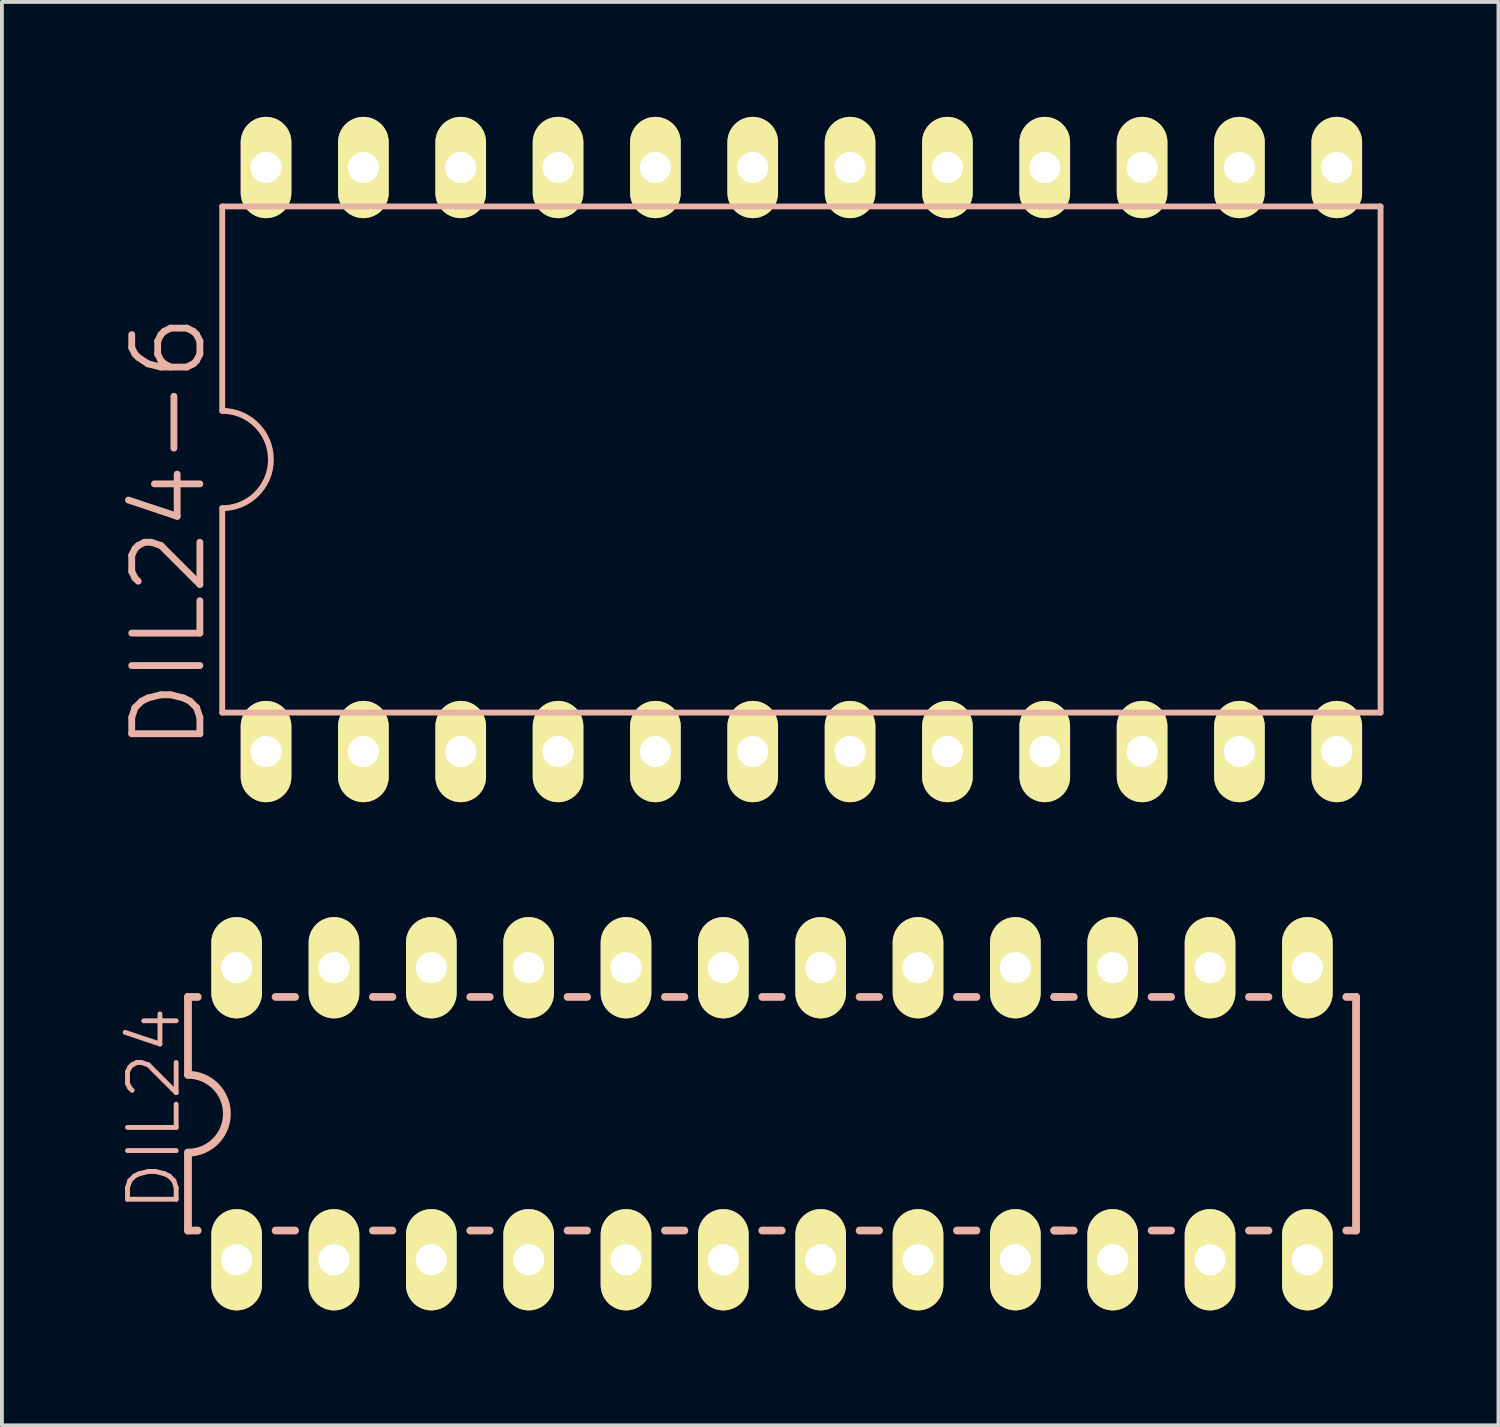
<source format=kicad_pcb>
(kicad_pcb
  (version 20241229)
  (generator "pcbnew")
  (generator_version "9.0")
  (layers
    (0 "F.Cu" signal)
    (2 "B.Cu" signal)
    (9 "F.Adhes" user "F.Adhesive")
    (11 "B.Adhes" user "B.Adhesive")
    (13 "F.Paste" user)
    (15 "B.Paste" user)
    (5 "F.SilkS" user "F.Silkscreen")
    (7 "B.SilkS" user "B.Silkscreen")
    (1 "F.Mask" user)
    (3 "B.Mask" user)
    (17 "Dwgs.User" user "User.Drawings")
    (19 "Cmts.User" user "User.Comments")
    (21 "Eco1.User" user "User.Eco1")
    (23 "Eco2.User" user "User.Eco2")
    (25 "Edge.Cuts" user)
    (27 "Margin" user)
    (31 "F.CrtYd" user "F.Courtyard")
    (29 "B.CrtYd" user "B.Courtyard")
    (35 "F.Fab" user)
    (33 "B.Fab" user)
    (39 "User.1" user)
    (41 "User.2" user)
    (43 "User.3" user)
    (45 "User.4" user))
  (footprint "DIL24-6"
    (layer "F.Cu")
    (at 17.862 8.941)
    (property "Reference" "DIL24-6" (at -16.51 1.905 90) (layer "B.SilkS") (effects (font (size 1.778 1.778) (thickness 0.178))))
    (attr exclude_from_pos_files exclude_from_bom)
    (fp_line (start -15.113 -6.604) (end -15.113 -1.27) (stroke (width 0.152) (type solid)) (layer "B.SilkS"))
    (fp_line (start -15.113 -6.604) (end 15.113 -6.604) (stroke (width 0.152) (type solid)) (layer "B.SilkS"))
    (fp_line (start -15.113 1.27) (end -15.113 6.604) (stroke (width 0.152) (type solid)) (layer "B.SilkS"))
    (fp_line (start -15.113 6.604) (end 15.113 6.604) (stroke (width 0.152) (type solid)) (layer "B.SilkS"))
    (fp_line (start 15.113 6.604) (end 15.113 -6.604) (stroke (width 0.152) (type solid)) (layer "B.SilkS"))
    (fp_arc (start -15.113 -1.27) (mid -13.843 0) (end -15.113 1.27) (stroke (width 0.1524) (type solid)) (layer "B.SilkS"))
    (pad "1" thru_hole oval (at -13.97 7.62 180) (size 1.321 2.642) (drill 0.813) (layers "*.Cu" "F.Mask" "F.SilkS" "F.Paste"))
    (pad "2" thru_hole oval (at -11.43 7.62 180) (size 1.321 2.642) (drill 0.813) (layers "*.Cu" "F.Mask" "F.SilkS" "F.Paste"))
    (pad "3" thru_hole oval (at -8.89 7.62 180) (size 1.321 2.642) (drill 0.813) (layers "*.Cu" "F.Mask" "F.SilkS" "F.Paste"))
    (pad "4" thru_hole oval (at -6.35 7.62 180) (size 1.321 2.642) (drill 0.813) (layers "*.Cu" "F.Mask" "F.SilkS" "F.Paste"))
    (pad "5" thru_hole oval (at -3.81 7.62 180) (size 1.321 2.642) (drill 0.813) (layers "*.Cu" "F.Mask" "F.SilkS" "F.Paste"))
    (pad "6" thru_hole oval (at -1.27 7.62 180) (size 1.321 2.642) (drill 0.813) (layers "*.Cu" "F.Mask" "F.SilkS" "F.Paste"))
    (pad "7" thru_hole oval (at 1.27 7.62 180) (size 1.321 2.642) (drill 0.813) (layers "*.Cu" "F.Mask" "F.SilkS" "F.Paste"))
    (pad "8" thru_hole oval (at 3.81 7.62 180) (size 1.321 2.642) (drill 0.813) (layers "*.Cu" "F.Mask" "F.SilkS" "F.Paste"))
    (pad "9" thru_hole oval (at 6.35 7.62 180) (size 1.321 2.642) (drill 0.813) (layers "*.Cu" "F.Mask" "F.SilkS" "F.Paste"))
    (pad "10" thru_hole oval (at 8.89 7.62 180) (size 1.321 2.642) (drill 0.813) (layers "*.Cu" "F.Mask" "F.SilkS" "F.Paste"))
    (pad "11" thru_hole oval (at 11.43 7.62 180) (size 1.321 2.642) (drill 0.813) (layers "*.Cu" "F.Mask" "F.SilkS" "F.Paste"))
    (pad "12" thru_hole oval (at 13.97 7.62 180) (size 1.321 2.642) (drill 0.813) (layers "*.Cu" "F.Mask" "F.SilkS" "F.Paste"))
    (pad "13" thru_hole oval (at 13.97 -7.62 180) (size 1.321 2.642) (drill 0.813) (layers "*.Cu" "F.Mask" "F.SilkS" "F.Paste"))
    (pad "14" thru_hole oval (at 11.43 -7.62 180) (size 1.321 2.642) (drill 0.813) (layers "*.Cu" "F.Mask" "F.SilkS" "F.Paste"))
    (pad "15" thru_hole oval (at 8.89 -7.62 180) (size 1.321 2.642) (drill 0.813) (layers "*.Cu" "F.Mask" "F.SilkS" "F.Paste"))
    (pad "16" thru_hole oval (at 6.35 -7.62 180) (size 1.321 2.642) (drill 0.813) (layers "*.Cu" "F.Mask" "F.SilkS" "F.Paste"))
    (pad "17" thru_hole oval (at 3.81 -7.62 180) (size 1.321 2.642) (drill 0.813) (layers "*.Cu" "F.Mask" "F.SilkS" "F.Paste"))
    (pad "18" thru_hole oval (at 1.27 -7.62 180) (size 1.321 2.642) (drill 0.813) (layers "*.Cu" "F.Mask" "F.SilkS" "F.Paste"))
    (pad "19" thru_hole oval (at -1.27 -7.62 180) (size 1.321 2.642) (drill 0.813) (layers "*.Cu" "F.Mask" "F.SilkS" "F.Paste"))
    (pad "20" thru_hole oval (at -3.81 -7.62 180) (size 1.321 2.642) (drill 0.813) (layers "*.Cu" "F.Mask" "F.SilkS" "F.Paste"))
    (pad "21" thru_hole oval (at -6.35 -7.62 180) (size 1.321 2.642) (drill 0.813) (layers "*.Cu" "F.Mask" "F.SilkS" "F.Paste"))
    (pad "22" thru_hole oval (at -8.89 -7.62 180) (size 1.321 2.642) (drill 0.813) (layers "*.Cu" "F.Mask" "F.SilkS" "F.Paste"))
    (pad "23" thru_hole oval (at -11.43 -7.62 180) (size 1.321 2.642) (drill 0.813) (layers "*.Cu" "F.Mask" "F.SilkS" "F.Paste"))
    (pad "24" thru_hole oval (at -13.97 -7.62 180) (size 1.321 2.642) (drill 0.813) (layers "*.Cu" "F.Mask" "F.SilkS" "F.Paste")))
  (footprint "DIL24"
    (layer "F.Cu")
    (at 17.095 26.012)
    (property "Reference" "DIL24" (at -16.129 -0.127 90) (layer "B.SilkS") (effects (font (size 1.27 1.27) (thickness 0.127))))
    (attr exclude_from_pos_files exclude_from_bom)
    (fp_line (start -15.24 -3.048) (end -15.24 -1.016) (stroke (width 0.203) (type solid)) (layer "B.SilkS"))
    (fp_line (start -15.24 -3.048) (end -14.986 -3.048) (stroke (width 0.203) (type solid)) (layer "B.SilkS"))
    (fp_line (start -15.24 3.048) (end -15.24 1.016) (stroke (width 0.203) (type solid)) (layer "B.SilkS"))
    (fp_line (start -15.24 3.048) (end -14.986 3.048) (stroke (width 0.203) (type solid)) (layer "B.SilkS"))
    (fp_line (start -12.954 -3.048) (end -12.446 -3.048) (stroke (width 0.203) (type solid)) (layer "B.SilkS"))
    (fp_line (start -12.954 3.048) (end -12.446 3.048) (stroke (width 0.203) (type solid)) (layer "B.SilkS"))
    (fp_line (start -10.414 -3.048) (end -9.906 -3.048) (stroke (width 0.203) (type solid)) (layer "B.SilkS"))
    (fp_line (start -10.414 3.048) (end -9.906 3.048) (stroke (width 0.203) (type solid)) (layer "B.SilkS"))
    (fp_line (start -7.874 -3.048) (end -7.366 -3.048) (stroke (width 0.203) (type solid)) (layer "B.SilkS"))
    (fp_line (start -7.874 3.048) (end -7.366 3.048) (stroke (width 0.203) (type solid)) (layer "B.SilkS"))
    (fp_line (start -5.334 -3.048) (end -4.826 -3.048) (stroke (width 0.203) (type solid)) (layer "B.SilkS"))
    (fp_line (start -5.334 3.048) (end -4.826 3.048) (stroke (width 0.203) (type solid)) (layer "B.SilkS"))
    (fp_line (start -2.794 -3.048) (end -2.286 -3.048) (stroke (width 0.203) (type solid)) (layer "B.SilkS"))
    (fp_line (start -2.794 3.048) (end -2.286 3.048) (stroke (width 0.203) (type solid)) (layer "B.SilkS"))
    (fp_line (start -0.254 -3.048) (end 0.254 -3.048) (stroke (width 0.203) (type solid)) (layer "B.SilkS"))
    (fp_line (start -0.254 3.048) (end 0.254 3.048) (stroke (width 0.203) (type solid)) (layer "B.SilkS"))
    (fp_line (start 2.286 -3.048) (end 2.794 -3.048) (stroke (width 0.203) (type solid)) (layer "B.SilkS"))
    (fp_line (start 2.286 3.048) (end 2.794 3.048) (stroke (width 0.203) (type solid)) (layer "B.SilkS"))
    (fp_line (start 4.826 -3.048) (end 5.334 -3.048) (stroke (width 0.203) (type solid)) (layer "B.SilkS"))
    (fp_line (start 4.826 3.048) (end 5.334 3.048) (stroke (width 0.203) (type solid)) (layer "B.SilkS"))
    (fp_line (start 7.366 -3.048) (end 7.874 -3.048) (stroke (width 0.203) (type solid)) (layer "B.SilkS"))
    (fp_line (start 7.366 3.048) (end 7.874 3.048) (stroke (width 0.203) (type solid)) (layer "B.SilkS"))
    (fp_line (start 7.62 -3.048) (end 7.366 -3.048) (stroke (width 0.203) (type solid)) (layer "B.SilkS"))
    (fp_line (start 7.62 3.048) (end 7.366 3.048) (stroke (width 0.203) (type solid)) (layer "B.SilkS"))
    (fp_line (start 9.906 -3.048) (end 10.414 -3.048) (stroke (width 0.203) (type solid)) (layer "B.SilkS"))
    (fp_line (start 9.906 3.048) (end 10.414 3.048) (stroke (width 0.203) (type solid)) (layer "B.SilkS"))
    (fp_line (start 12.446 -3.048) (end 12.954 -3.048) (stroke (width 0.203) (type solid)) (layer "B.SilkS"))
    (fp_line (start 12.446 3.048) (end 12.954 3.048) (stroke (width 0.203) (type solid)) (layer "B.SilkS"))
    (fp_line (start 15.24 -3.048) (end 14.986 -3.048) (stroke (width 0.203) (type solid)) (layer "B.SilkS"))
    (fp_line (start 15.24 -3.048) (end 15.24 3.048) (stroke (width 0.203) (type solid)) (layer "B.SilkS"))
    (fp_line (start 15.24 3.048) (end 14.986 3.048) (stroke (width 0.203) (type solid)) (layer "B.SilkS"))
    (fp_arc (start -15.24 -1.016) (mid -14.224 0) (end -15.24 1.016) (stroke (width 0.2032) (type solid)) (layer "B.SilkS"))
    (pad "1" thru_hole oval (at -13.97 3.81 180) (size 1.321 2.642) (drill 0.813) (layers "*.Cu" "F.Mask" "F.SilkS" "F.Paste"))
    (pad "2" thru_hole oval (at -11.43 3.81 180) (size 1.321 2.642) (drill 0.813) (layers "*.Cu" "F.Mask" "F.SilkS" "F.Paste"))
    (pad "3" thru_hole oval (at -8.89 3.81 180) (size 1.321 2.642) (drill 0.813) (layers "*.Cu" "F.Mask" "F.SilkS" "F.Paste"))
    (pad "4" thru_hole oval (at -6.35 3.81 180) (size 1.321 2.642) (drill 0.813) (layers "*.Cu" "F.Mask" "F.SilkS" "F.Paste"))
    (pad "5" thru_hole oval (at -3.81 3.81 180) (size 1.321 2.642) (drill 0.813) (layers "*.Cu" "F.Mask" "F.SilkS" "F.Paste"))
    (pad "6" thru_hole oval (at -1.27 3.81 180) (size 1.321 2.642) (drill 0.813) (layers "*.Cu" "F.Mask" "F.SilkS" "F.Paste"))
    (pad "7" thru_hole oval (at 1.27 3.81 180) (size 1.321 2.642) (drill 0.813) (layers "*.Cu" "F.Mask" "F.SilkS" "F.Paste"))
    (pad "8" thru_hole oval (at 3.81 3.81 180) (size 1.321 2.642) (drill 0.813) (layers "*.Cu" "F.Mask" "F.SilkS" "F.Paste"))
    (pad "9" thru_hole oval (at 6.35 3.81 180) (size 1.321 2.642) (drill 0.813) (layers "*.Cu" "F.Mask" "F.SilkS" "F.Paste"))
    (pad "10" thru_hole oval (at 8.89 3.81 180) (size 1.321 2.642) (drill 0.813) (layers "*.Cu" "F.Mask" "F.SilkS" "F.Paste"))
    (pad "11" thru_hole oval (at 11.43 3.81 180) (size 1.321 2.642) (drill 0.813) (layers "*.Cu" "F.Mask" "F.SilkS" "F.Paste"))
    (pad "12" thru_hole oval (at 13.97 3.81 180) (size 1.321 2.642) (drill 0.813) (layers "*.Cu" "F.Mask" "F.SilkS" "F.Paste"))
    (pad "13" thru_hole oval (at 13.97 -3.81 180) (size 1.321 2.642) (drill 0.813) (layers "*.Cu" "F.Mask" "F.SilkS" "F.Paste"))
    (pad "14" thru_hole oval (at 11.43 -3.81 180) (size 1.321 2.642) (drill 0.813) (layers "*.Cu" "F.Mask" "F.SilkS" "F.Paste"))
    (pad "15" thru_hole oval (at 8.89 -3.81 180) (size 1.321 2.642) (drill 0.813) (layers "*.Cu" "F.Mask" "F.SilkS" "F.Paste"))
    (pad "16" thru_hole oval (at 6.35 -3.81 180) (size 1.321 2.642) (drill 0.813) (layers "*.Cu" "F.Mask" "F.SilkS" "F.Paste"))
    (pad "17" thru_hole oval (at 3.81 -3.81 180) (size 1.321 2.642) (drill 0.813) (layers "*.Cu" "F.Mask" "F.SilkS" "F.Paste"))
    (pad "18" thru_hole oval (at 1.27 -3.81 180) (size 1.321 2.642) (drill 0.813) (layers "*.Cu" "F.Mask" "F.SilkS" "F.Paste"))
    (pad "19" thru_hole oval (at -1.27 -3.81 180) (size 1.321 2.642) (drill 0.813) (layers "*.Cu" "F.Mask" "F.SilkS" "F.Paste"))
    (pad "20" thru_hole oval (at -3.81 -3.81 180) (size 1.321 2.642) (drill 0.813) (layers "*.Cu" "F.Mask" "F.SilkS" "F.Paste"))
    (pad "21" thru_hole oval (at -6.35 -3.81 180) (size 1.321 2.642) (drill 0.813) (layers "*.Cu" "F.Mask" "F.SilkS" "F.Paste"))
    (pad "22" thru_hole oval (at -8.89 -3.81 180) (size 1.321 2.642) (drill 0.813) (layers "*.Cu" "F.Mask" "F.SilkS" "F.Paste"))
    (pad "23" thru_hole oval (at -11.43 -3.81 180) (size 1.321 2.642) (drill 0.813) (layers "*.Cu" "F.Mask" "F.SilkS" "F.Paste"))
    (pad "24" thru_hole oval (at -13.97 -3.81 180) (size 1.321 2.642) (drill 0.813) (layers "*.Cu" "F.Mask" "F.SilkS" "F.Paste")))
  (gr_rect
    (start -3 -3)
    (end 36.051 34.143)
    (stroke (width 0.1) (type default))
    (fill no)
    (layer "Edge.Cuts")))
</source>
